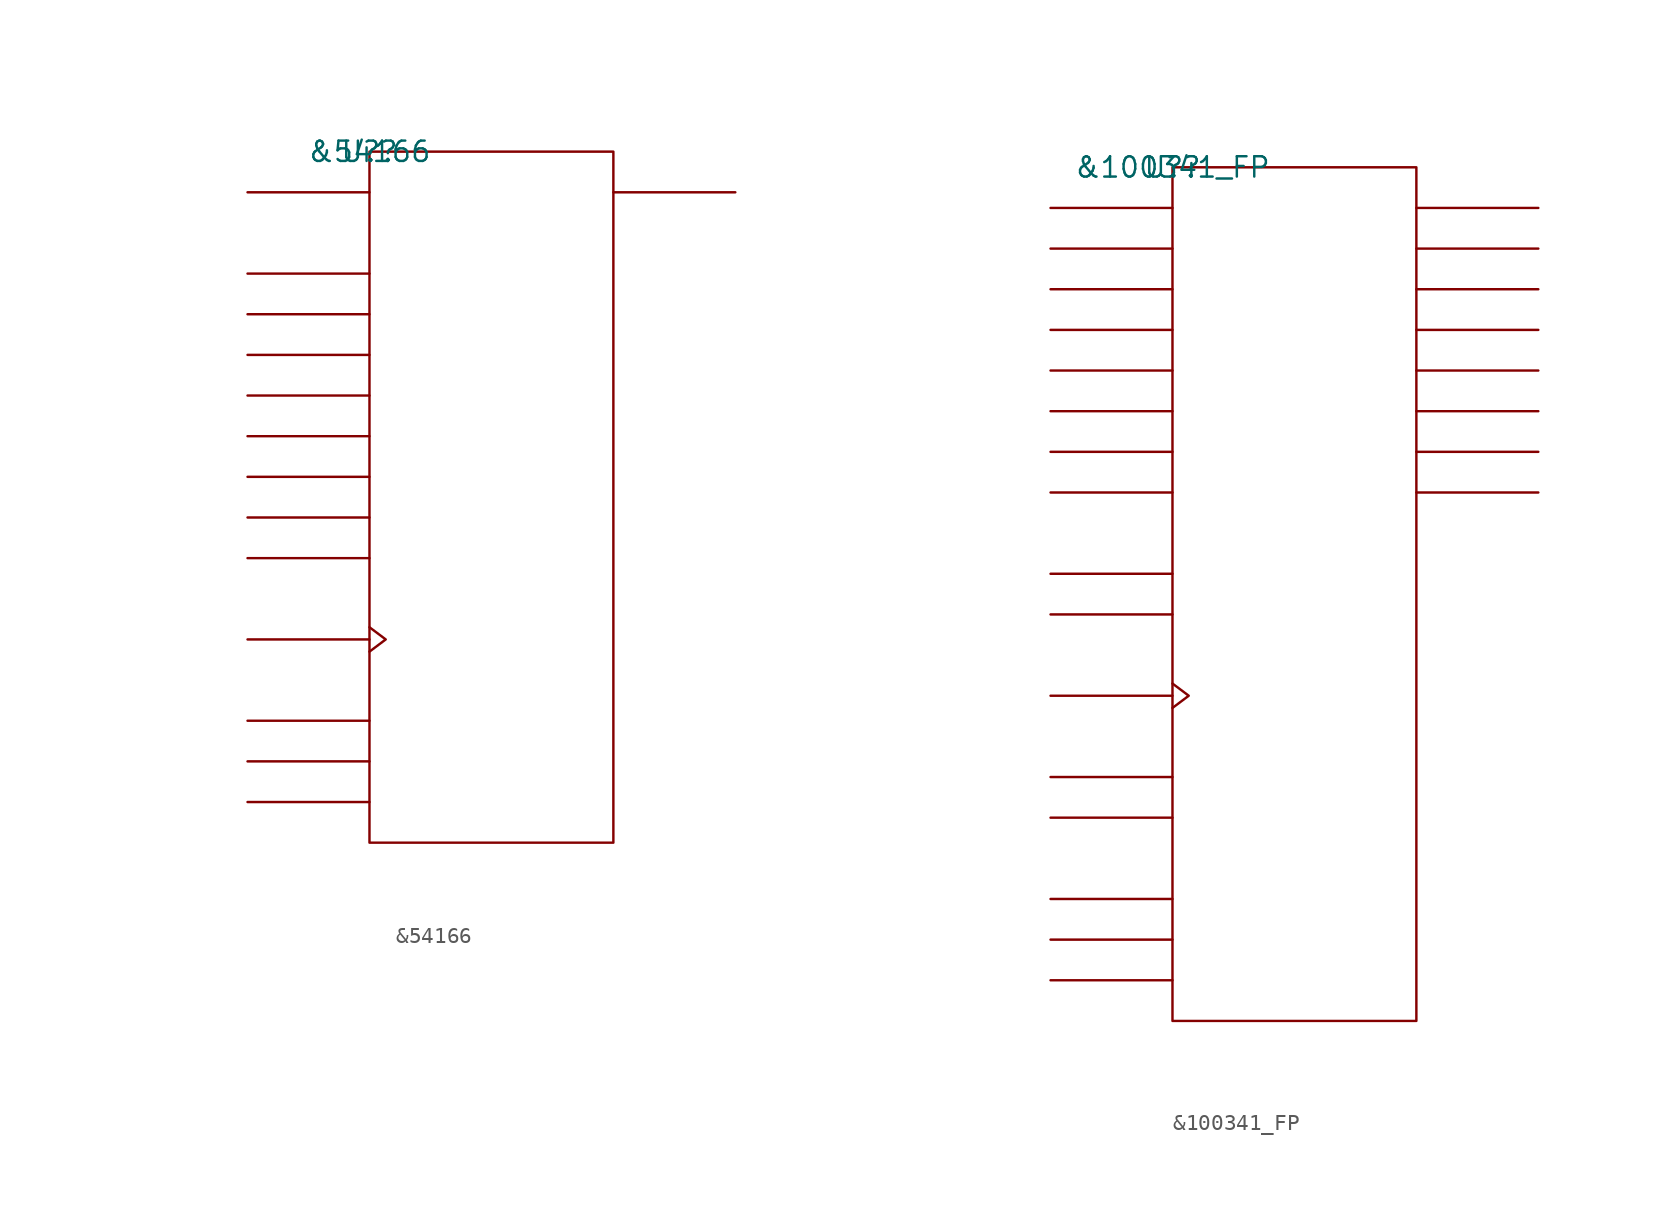
<source format=kicad_sym>
(kicad_symbol_lib
  (version 20211014)
  (generator kicad_symbol_editor)
  (symbol "&54166"
    (pin_names
      (offset 0.762))
    (property "Reference" "U?"
      (at 0 0 0)
      (effects (font (size 1.27 1.27))))
    (property "Value" "&54166"
      (at 0 0 0)
      (effects (font (size 1.27 1.27))))
    (symbol "&54166_0_1"
      (rectangle (start 0 -43.18) (end 15.24 0) (stroke (width 0) (type default) (color 0 0 0 0)) (fill (type none)))
      (polyline (pts (xy 0 -40.64) (xy -7.62 -40.64)) (stroke (width 0) (type default) (color 0 0 0 0)) (fill (type none)))
      (polyline (pts (xy 0 -38.1) (xy -7.62 -38.1)) (stroke (width 0) (type default) (color 0 0 0 0)) (fill (type none)))
      (polyline (pts (xy 0 -35.56) (xy -7.62 -35.56)) (stroke (width 0) (type default) (color 0 0 0 0)) (fill (type none)))
      (polyline (pts (xy 0 -30.48) (xy -7.62 -30.48)) (stroke (width 0) (type default) (color 0 0 0 0)) (fill (type none)))
      (polyline (pts (xy 0 -25.4) (xy -7.62 -25.4)) (stroke (width 0) (type default) (color 0 0 0 0)) (fill (type none)))
      (polyline (pts (xy 0 -22.86) (xy -7.62 -22.86)) (stroke (width 0) (type default) (color 0 0 0 0)) (fill (type none)))
      (polyline (pts (xy 0 -20.32) (xy -7.62 -20.32)) (stroke (width 0) (type default) (color 0 0 0 0)) (fill (type none)))
      (polyline (pts (xy 0 -17.78) (xy -7.62 -17.78)) (stroke (width 0) (type default) (color 0 0 0 0)) (fill (type none)))
      (polyline (pts (xy 0 -15.24) (xy -7.62 -15.24)) (stroke (width 0) (type default) (color 0 0 0 0)) (fill (type none)))
      (polyline (pts (xy 0 -12.7) (xy -7.62 -12.7)) (stroke (width 0) (type default) (color 0 0 0 0)) (fill (type none)))
      (polyline (pts (xy 0 -10.16) (xy -7.62 -10.16)) (stroke (width 0) (type default) (color 0 0 0 0)) (fill (type none)))
      (polyline (pts (xy 0 -7.62) (xy -7.62 -7.62)) (stroke (width 0) (type default) (color 0 0 0 0)) (fill (type none)))
      (polyline (pts (xy 0 -2.54) (xy -7.62 -2.54)) (stroke (width 0) (type default) (color 0 0 0 0)) (fill (type none)))
      (polyline (pts (xy 15.24 -2.54) (xy 22.86 -2.54)) (stroke (width 0) (type default) (color 0 0 0 0)) (fill (type none)))
      (polyline (pts (xy 0 -29.718) (xy 1.016 -30.48) (xy 0 -31.242)) (stroke (width 0) (type default) (color 0 0 0 0)) (fill (type none))))
    (symbol "&54166_1_1"
      (pin unspecified line (at -7.62 -2.54 0) (length 7.62) hide (name "SDI" (effects (font (size 1.245 1.245)))) (number "1" (effects (font (size 1.245 1.245)))))
      (pin unspecified line (at -7.62 -17.78 0) (length 7.62) hide (name "D4" (effects (font (size 1.245 1.245)))) (number "10" (effects (font (size 1.245 1.245)))))
      (pin unspecified line (at -7.62 -20.32 0) (length 7.62) hide (name "D5" (effects (font (size 1.245 1.245)))) (number "11" (effects (font (size 1.245 1.245)))))
      (pin unspecified line (at -7.62 -22.86 0) (length 7.62) hide (name "D6" (effects (font (size 1.245 1.245)))) (number "12" (effects (font (size 1.245 1.245)))))
      (pin unspecified line (at 22.86 -2.54 180) (length 7.62) hide (name "Q7" (effects (font (size 1.245 1.245)))) (number "13" (effects (font (size 1.245 1.245)))))
      (pin unspecified line (at -7.62 -25.4 0) (length 7.62) hide (name "D7" (effects (font (size 1.245 1.245)))) (number "14" (effects (font (size 1.245 1.245)))))
      (pin unspecified line (at -7.62 -40.64 0) (length 7.62) hide (name "SH/L\\D\\" (effects (font (size 1.245 1.245)))) (number "15" (effects (font (size 1.245 1.245)))))
      (pin power_in line (at 7.62 0 0) (length 7.62) hide (name "VCC" (effects (font (size 1.245 1.245)))) (number "16" (effects (font (size 1.245 1.245)))))
      (pin unspecified line (at -7.62 -7.62 0) (length 7.62) hide (name "D0" (effects (font (size 1.245 1.245)))) (number "2" (effects (font (size 1.245 1.245)))))
      (pin unspecified line (at -7.62 -10.16 0) (length 7.62) hide (name "D1" (effects (font (size 1.245 1.245)))) (number "3" (effects (font (size 1.245 1.245)))))
      (pin unspecified line (at -7.62 -12.7 0) (length 7.62) hide (name "D2" (effects (font (size 1.245 1.245)))) (number "4" (effects (font (size 1.245 1.245)))))
      (pin unspecified line (at -7.62 -15.24 0) (length 7.62) hide (name "D3" (effects (font (size 1.245 1.245)))) (number "5" (effects (font (size 1.245 1.245)))))
      (pin unspecified line (at -7.62 -35.56 0) (length 7.62) hide (name "CLKINH" (effects (font (size 1.245 1.245)))) (number "6" (effects (font (size 1.245 1.245)))))
      (pin unspecified line (at -7.62 -30.48 180) (length 7.62) hide (name "CLK" (effects (font (size 1.245 1.245)))) (number "7" (effects (font (size 1.245 1.245)))))
      (pin power_in line (at 12.7 -43.18 180) (length 7.62) hide (name "GND" (effects (font (size 1.245 1.245)))) (number "8" (effects (font (size 1.245 1.245)))))
      (pin unspecified line (at -7.62 -38.1 0) (length 7.62) hide (name "C\\L\\R\\" (effects (font (size 1.245 1.245)))) (number "9" (effects (font (size 1.245 1.245)))))))
  (symbol "&100341_FP"
    (pin_names
      (offset 0.762))
    (property "Reference" "U?"
      (at 0 0 0)
      (effects (font (size 1.27 1.27))))
    (property "Value" "&100341_FP"
      (at 0 0 0)
      (effects (font (size 1.27 1.27))))
    (symbol "&100341_FP_0_1"
      (rectangle (start 0 -53.34) (end 15.24 0) (stroke (width 0) (type default) (color 0 0 0 0)) (fill (type none)))
      (polyline (pts (xy 0 -50.8) (xy -7.62 -50.8)) (stroke (width 0) (type default) (color 0 0 0 0)) (fill (type none)))
      (polyline (pts (xy 0 -48.26) (xy -7.62 -48.26)) (stroke (width 0) (type default) (color 0 0 0 0)) (fill (type none)))
      (polyline (pts (xy 0 -45.72) (xy -7.62 -45.72)) (stroke (width 0) (type default) (color 0 0 0 0)) (fill (type none)))
      (polyline (pts (xy 0 -40.64) (xy -7.62 -40.64)) (stroke (width 0) (type default) (color 0 0 0 0)) (fill (type none)))
      (polyline (pts (xy 0 -38.1) (xy -7.62 -38.1)) (stroke (width 0) (type default) (color 0 0 0 0)) (fill (type none)))
      (polyline (pts (xy 0 -33.02) (xy -7.62 -33.02)) (stroke (width 0) (type default) (color 0 0 0 0)) (fill (type none)))
      (polyline (pts (xy 0 -27.94) (xy -7.62 -27.94)) (stroke (width 0) (type default) (color 0 0 0 0)) (fill (type none)))
      (polyline (pts (xy 0 -25.4) (xy -7.62 -25.4)) (stroke (width 0) (type default) (color 0 0 0 0)) (fill (type none)))
      (polyline (pts (xy 0 -20.32) (xy -7.62 -20.32)) (stroke (width 0) (type default) (color 0 0 0 0)) (fill (type none)))
      (polyline (pts (xy 0 -17.78) (xy -7.62 -17.78)) (stroke (width 0) (type default) (color 0 0 0 0)) (fill (type none)))
      (polyline (pts (xy 0 -15.24) (xy -7.62 -15.24)) (stroke (width 0) (type default) (color 0 0 0 0)) (fill (type none)))
      (polyline (pts (xy 0 -12.7) (xy -7.62 -12.7)) (stroke (width 0) (type default) (color 0 0 0 0)) (fill (type none)))
      (polyline (pts (xy 0 -10.16) (xy -7.62 -10.16)) (stroke (width 0) (type default) (color 0 0 0 0)) (fill (type none)))
      (polyline (pts (xy 0 -7.62) (xy -7.62 -7.62)) (stroke (width 0) (type default) (color 0 0 0 0)) (fill (type none)))
      (polyline (pts (xy 0 -5.08) (xy -7.62 -5.08)) (stroke (width 0) (type default) (color 0 0 0 0)) (fill (type none)))
      (polyline (pts (xy 0 -2.54) (xy -7.62 -2.54)) (stroke (width 0) (type default) (color 0 0 0 0)) (fill (type none)))
      (polyline (pts (xy 15.24 -20.32) (xy 22.86 -20.32)) (stroke (width 0) (type default) (color 0 0 0 0)) (fill (type none)))
      (polyline (pts (xy 15.24 -17.78) (xy 22.86 -17.78)) (stroke (width 0) (type default) (color 0 0 0 0)) (fill (type none)))
      (polyline (pts (xy 15.24 -15.24) (xy 22.86 -15.24)) (stroke (width 0) (type default) (color 0 0 0 0)) (fill (type none)))
      (polyline (pts (xy 15.24 -12.7) (xy 22.86 -12.7)) (stroke (width 0) (type default) (color 0 0 0 0)) (fill (type none)))
      (polyline (pts (xy 15.24 -10.16) (xy 22.86 -10.16)) (stroke (width 0) (type default) (color 0 0 0 0)) (fill (type none)))
      (polyline (pts (xy 15.24 -7.62) (xy 22.86 -7.62)) (stroke (width 0) (type default) (color 0 0 0 0)) (fill (type none)))
      (polyline (pts (xy 15.24 -5.08) (xy 22.86 -5.08)) (stroke (width 0) (type default) (color 0 0 0 0)) (fill (type none)))
      (polyline (pts (xy 15.24 -2.54) (xy 22.86 -2.54)) (stroke (width 0) (type default) (color 0 0 0 0)) (fill (type none)))
      (polyline (pts (xy 0 -32.258) (xy 1.016 -33.02) (xy 0 -33.782)) (stroke (width 0) (type default) (color 0 0 0 0)) (fill (type none))))
    (symbol "&100341_FP_1_1"
      (pin unspecified line (at -7.62 -7.62 0) (length 7.62) hide (name "P2" (effects (font (size 1.245 1.245)))) (number "1" (effects (font (size 1.245 1.245)))))
      (pin power_in line (at -7.62 -48.26 0) (length 7.62) hide (name "VCCA" (effects (font (size 1.245 1.245)))) (number "10" (effects (font (size 1.245 1.245)))))
      (pin unspecified line (at 22.86 -12.7 180) (length 7.62) hide (name "Q4" (effects (font (size 1.245 1.245)))) (number "11" (effects (font (size 1.245 1.245)))))
      (pin unspecified line (at 22.86 -15.24 180) (length 7.62) hide (name "Q5" (effects (font (size 1.245 1.245)))) (number "12" (effects (font (size 1.245 1.245)))))
      (pin unspecified line (at 22.86 -17.78 180) (length 7.62) hide (name "Q6" (effects (font (size 1.245 1.245)))) (number "13" (effects (font (size 1.245 1.245)))))
      (pin unspecified line (at 22.86 -20.32 180) (length 7.62) hide (name "Q7" (effects (font (size 1.245 1.245)))) (number "14" (effects (font (size 1.245 1.245)))))
      (pin unspecified line (at -7.62 -27.94 0) (length 7.62) hide (name "D7" (effects (font (size 1.245 1.245)))) (number "15" (effects (font (size 1.245 1.245)))))
      (pin unspecified line (at -7.62 -20.32 0) (length 7.62) hide (name "P7" (effects (font (size 1.245 1.245)))) (number "16" (effects (font (size 1.245 1.245)))))
      (pin unspecified line (at -7.62 -17.78 0) (length 7.62) hide (name "P6" (effects (font (size 1.245 1.245)))) (number "17" (effects (font (size 1.245 1.245)))))
      (pin unspecified line (at -7.62 -15.24 0) (length 7.62) hide (name "P5" (effects (font (size 1.245 1.245)))) (number "18" (effects (font (size 1.245 1.245)))))
      (pin unspecified line (at -7.62 -12.7 0) (length 7.62) hide (name "P4" (effects (font (size 1.245 1.245)))) (number "19" (effects (font (size 1.245 1.245)))))
      (pin unspecified line (at -7.62 -5.08 0) (length 7.62) hide (name "P1" (effects (font (size 1.245 1.245)))) (number "2" (effects (font (size 1.245 1.245)))))
      (pin unspecified line (at -7.62 -33.02 180) (length 7.62) hide (name "CLK" (effects (font (size 1.245 1.245)))) (number "20" (effects (font (size 1.245 1.245)))))
      (pin power_in line (at -7.62 -50.8 0) (length 7.62) hide (name "VEE" (effects (font (size 1.245 1.245)))) (number "21" (effects (font (size 1.245 1.245)))))
      (pin unspecified line (at -7.62 -38.1 0) (length 7.62) hide (name "S0" (effects (font (size 1.245 1.245)))) (number "22" (effects (font (size 1.245 1.245)))))
      (pin unspecified line (at -7.62 -40.64 0) (length 7.62) hide (name "S1" (effects (font (size 1.245 1.245)))) (number "23" (effects (font (size 1.245 1.245)))))
      (pin unspecified line (at -7.62 -10.16 0) (length 7.62) hide (name "P3" (effects (font (size 1.245 1.245)))) (number "24" (effects (font (size 1.245 1.245)))))
      (pin unspecified line (at -7.62 -2.54 0) (length 7.62) hide (name "P0" (effects (font (size 1.245 1.245)))) (number "3" (effects (font (size 1.245 1.245)))))
      (pin unspecified line (at -7.62 -25.4 0) (length 7.62) hide (name "D0" (effects (font (size 1.245 1.245)))) (number "4" (effects (font (size 1.245 1.245)))))
      (pin unspecified line (at 22.86 -2.54 180) (length 7.62) hide (name "Q0" (effects (font (size 1.245 1.245)))) (number "5" (effects (font (size 1.245 1.245)))))
      (pin unspecified line (at 22.86 -5.08 180) (length 7.62) hide (name "Q1" (effects (font (size 1.245 1.245)))) (number "6" (effects (font (size 1.245 1.245)))))
      (pin unspecified line (at 22.86 -7.62 180) (length 7.62) hide (name "Q2" (effects (font (size 1.245 1.245)))) (number "7" (effects (font (size 1.245 1.245)))))
      (pin unspecified line (at 22.86 -10.16 180) (length 7.62) hide (name "Q3" (effects (font (size 1.245 1.245)))) (number "8" (effects (font (size 1.245 1.245)))))
      (pin power_in line (at -7.62 -45.72 0) (length 7.62) hide (name "VCC" (effects (font (size 1.245 1.245)))) (number "9" (effects (font (size 1.245 1.245))))))))
</source>
